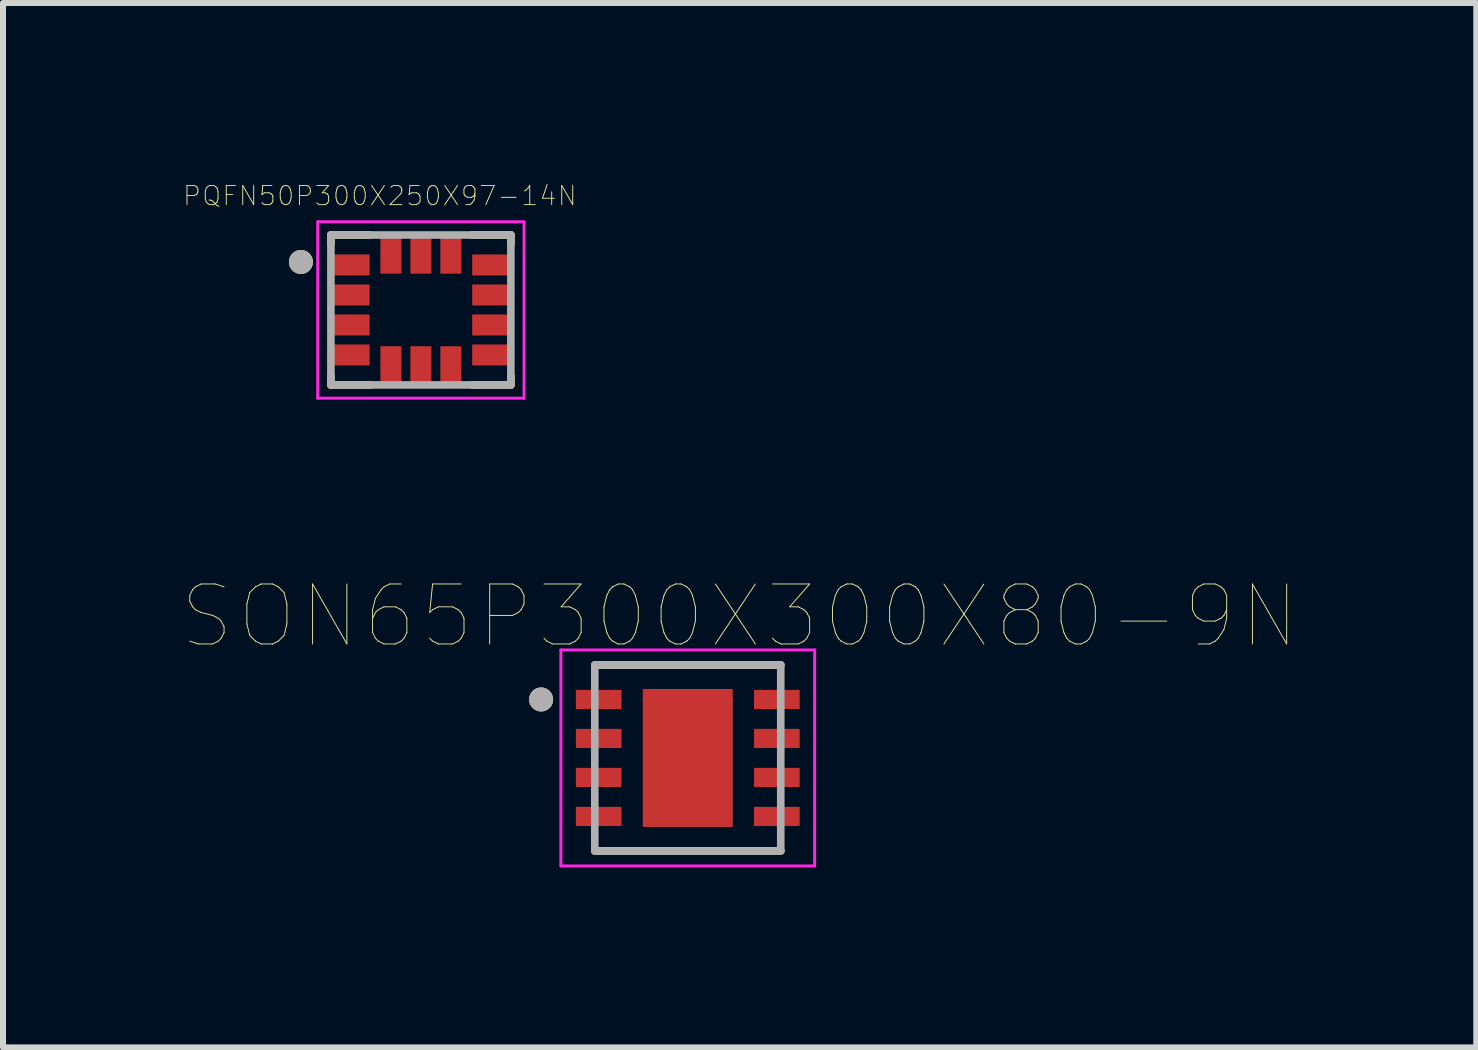
<source format=kicad_pcb>
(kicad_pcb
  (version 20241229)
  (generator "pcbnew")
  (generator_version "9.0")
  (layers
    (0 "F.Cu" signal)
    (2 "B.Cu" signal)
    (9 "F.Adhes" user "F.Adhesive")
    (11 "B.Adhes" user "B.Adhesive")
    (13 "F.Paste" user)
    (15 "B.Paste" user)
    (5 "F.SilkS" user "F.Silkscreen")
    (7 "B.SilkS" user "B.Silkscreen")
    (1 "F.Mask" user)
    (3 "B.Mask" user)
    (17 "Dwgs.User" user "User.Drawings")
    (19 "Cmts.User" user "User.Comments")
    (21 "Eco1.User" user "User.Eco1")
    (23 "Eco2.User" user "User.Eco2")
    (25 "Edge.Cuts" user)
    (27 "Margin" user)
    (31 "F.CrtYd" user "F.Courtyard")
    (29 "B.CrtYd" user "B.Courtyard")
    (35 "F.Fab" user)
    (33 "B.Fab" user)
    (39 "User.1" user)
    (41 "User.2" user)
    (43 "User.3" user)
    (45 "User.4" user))
  (footprint "SON65P300X300X80-9N"
    (layer "F.Cu")
    (at 8.415 9.585)
    (property "Reference" "SON65P300X300X80-9N" (at 0.865 -2.362 0) (layer "F.SilkS") (effects (font (size 1 1) (thickness 0.015))))
    (attr through_hole)
    (fp_line (start -1.55 -1.55) (end 1.55 -1.55) (stroke (width 0.127) (type solid)) (layer "F.SilkS"))
    (fp_line (start -1.55 1.55) (end 1.55 1.55) (stroke (width 0.127) (type solid)) (layer "F.SilkS"))
    (fp_circle (center -2.445 -0.975) (end -2.345 -0.975) (stroke (width 0.2) (type solid)) (fill no) (layer "F.SilkS"))
    (fp_poly (pts (xy -0.47 -0.73) (xy 0.47 -0.73) (xy 0.47 0.73) (xy -0.47 0.73)) (stroke (width 0.01) (type solid)) (fill yes) (layer "F.Paste"))
    (fp_line (start -2.115 -1.8) (end -2.115 1.8) (stroke (width 0.05) (type solid)) (layer "F.CrtYd"))
    (fp_line (start -2.115 -1.8) (end 2.115 -1.8) (stroke (width 0.05) (type solid)) (layer "F.CrtYd"))
    (fp_line (start -2.115 1.8) (end 2.115 1.8) (stroke (width 0.05) (type solid)) (layer "F.CrtYd"))
    (fp_line (start 2.115 -1.8) (end 2.115 1.8) (stroke (width 0.05) (type solid)) (layer "F.CrtYd"))
    (fp_line (start -1.55 -1.55) (end -1.55 1.55) (stroke (width 0.127) (type solid)) (layer "F.Fab"))
    (fp_line (start -1.55 -1.55) (end 1.55 -1.55) (stroke (width 0.127) (type solid)) (layer "F.Fab"))
    (fp_line (start -1.55 1.55) (end 1.55 1.55) (stroke (width 0.127) (type solid)) (layer "F.Fab"))
    (fp_line (start 1.55 -1.55) (end 1.55 1.55) (stroke (width 0.127) (type solid)) (layer "F.Fab"))
    (fp_circle (center -2.445 -0.975) (end -2.345 -0.975) (stroke (width 0.2) (type solid)) (fill no) (layer "F.Fab"))
    (pad "1" smd rect (at -1.485 -0.975) (size 0.76 0.32) (layers "F.Cu" "F.Mask" "F.Paste"))
    (pad "2" smd rect (at -1.485 -0.325) (size 0.76 0.32) (layers "F.Cu" "F.Mask" "F.Paste"))
    (pad "3" smd rect (at -1.485 0.325) (size 0.76 0.32) (layers "F.Cu" "F.Mask" "F.Paste"))
    (pad "4" smd rect (at -1.485 0.975) (size 0.76 0.32) (layers "F.Cu" "F.Mask" "F.Paste"))
    (pad "5" smd rect (at 1.485 0.975) (size 0.76 0.32) (layers "F.Cu" "F.Mask" "F.Paste"))
    (pad "6" smd rect (at 1.485 0.325) (size 0.76 0.32) (layers "F.Cu" "F.Mask" "F.Paste"))
    (pad "7" smd rect (at 1.485 -0.325) (size 0.76 0.32) (layers "F.Cu" "F.Mask" "F.Paste"))
    (pad "8" smd rect (at 1.485 -0.975) (size 0.76 0.32) (layers "F.Cu" "F.Mask" "F.Paste"))
    (pad "9" smd rect (at 0 0) (size 1.5 2.3) (layers "F.Cu" "F.Mask")))
  (footprint "PQFN50P300X250X97-14N"
    (layer "F.Cu")
    (at 3.966 2.117)
    (property "Reference" "PQFN50P300X250X97-14N" (at -0.684 -1.903 0) (layer "F.SilkS") (effects (font (size 0.32 0.32) (thickness 0.015))))
    (attr through_hole)
    (fp_line (start -1.5 -1.25) (end -0.85 -1.25) (stroke (width 0.127) (type solid)) (layer "F.SilkS"))
    (fp_line (start -1.5 -1.1) (end -1.5 -1.25) (stroke (width 0.127) (type solid)) (layer "F.SilkS"))
    (fp_line (start -1.5 1.1) (end -1.5 1.25) (stroke (width 0.127) (type solid)) (layer "F.SilkS"))
    (fp_line (start -1.5 1.25) (end -0.85 1.25) (stroke (width 0.127) (type solid)) (layer "F.SilkS"))
    (fp_line (start 0.85 -1.25) (end 1.5 -1.25) (stroke (width 0.127) (type solid)) (layer "F.SilkS"))
    (fp_line (start 1.5 -1.25) (end 1.5 -1.1) (stroke (width 0.127) (type solid)) (layer "F.SilkS"))
    (fp_line (start 1.5 1.1) (end 1.5 1.25) (stroke (width 0.127) (type solid)) (layer "F.SilkS"))
    (fp_line (start 1.5 1.25) (end 0.85 1.25) (stroke (width 0.127) (type solid)) (layer "F.SilkS"))
    (fp_circle (center -2 -0.8) (end -1.9 -0.8) (stroke (width 0.2) (type solid)) (fill no) (layer "F.SilkS"))
    (fp_line (start -1.72 -1.47) (end 1.72 -1.47) (stroke (width 0.05) (type solid)) (layer "F.CrtYd"))
    (fp_line (start -1.72 1.47) (end -1.72 -1.47) (stroke (width 0.05) (type solid)) (layer "F.CrtYd"))
    (fp_line (start 1.72 -1.47) (end 1.72 1.47) (stroke (width 0.05) (type solid)) (layer "F.CrtYd"))
    (fp_line (start 1.72 1.47) (end -1.72 1.47) (stroke (width 0.05) (type solid)) (layer "F.CrtYd"))
    (fp_line (start -1.5 -1.25) (end 1.5 -1.25) (stroke (width 0.127) (type solid)) (layer "F.Fab"))
    (fp_line (start -1.5 1.25) (end -1.5 -1.25) (stroke (width 0.127) (type solid)) (layer "F.Fab"))
    (fp_line (start 1.5 -1.25) (end 1.5 1.25) (stroke (width 0.127) (type solid)) (layer "F.Fab"))
    (fp_line (start 1.5 1.25) (end -1.5 1.25) (stroke (width 0.127) (type solid)) (layer "F.Fab"))
    (fp_circle (center -2 -0.8) (end -1.9 -0.8) (stroke (width 0.2) (type solid)) (fill no) (layer "F.Fab"))
    (pad "1" smd rect (at -1.16 -0.75) (size 0.61 0.35) (layers "F.Cu" "F.Mask" "F.Paste"))
    (pad "2" smd rect (at -1.16 -0.25) (size 0.61 0.35) (layers "F.Cu" "F.Mask" "F.Paste"))
    (pad "3" smd rect (at -1.16 0.25) (size 0.61 0.35) (layers "F.Cu" "F.Mask" "F.Paste"))
    (pad "4" smd rect (at -1.16 0.75) (size 0.61 0.35) (layers "F.Cu" "F.Mask" "F.Paste"))
    (pad "5" smd rect (at -0.5 0.91) (size 0.35 0.61) (layers "F.Cu" "F.Mask" "F.Paste"))
    (pad "6" smd rect (at 0 0.91) (size 0.35 0.61) (layers "F.Cu" "F.Mask" "F.Paste"))
    (pad "7" smd rect (at 0.5 0.91) (size 0.35 0.61) (layers "F.Cu" "F.Mask" "F.Paste"))
    (pad "8" smd rect (at 1.16 0.75) (size 0.61 0.35) (layers "F.Cu" "F.Mask" "F.Paste"))
    (pad "9" smd rect (at 1.16 0.25) (size 0.61 0.35) (layers "F.Cu" "F.Mask" "F.Paste"))
    (pad "10" smd rect (at 1.16 -0.25) (size 0.61 0.35) (layers "F.Cu" "F.Mask" "F.Paste"))
    (pad "11" smd rect (at 1.16 -0.75) (size 0.61 0.35) (layers "F.Cu" "F.Mask" "F.Paste"))
    (pad "12" smd rect (at 0.5 -0.91) (size 0.35 0.61) (layers "F.Cu" "F.Mask" "F.Paste"))
    (pad "13" smd rect (at 0 -0.91) (size 0.35 0.61) (layers "F.Cu" "F.Mask" "F.Paste"))
    (pad "14" smd rect (at -0.5 -0.91) (size 0.35 0.61) (layers "F.Cu" "F.Mask" "F.Paste")))
  (gr_rect
    (start -3 -3)
    (end 21.559 14.41)
    (stroke (width 0.1) (type default))
    (fill no)
    (layer "Edge.Cuts")))
</source>
